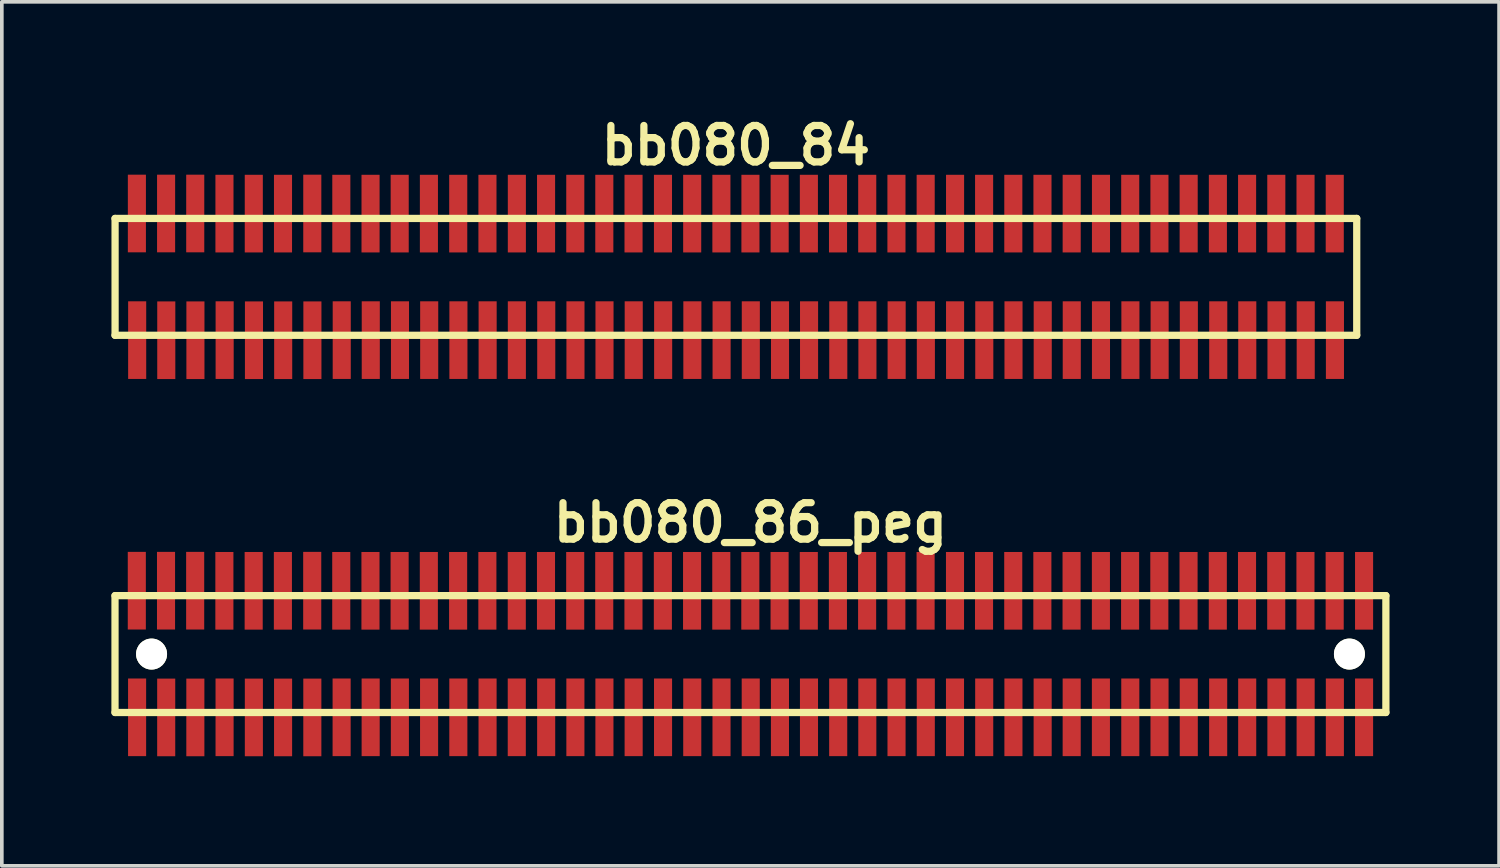
<source format=kicad_pcb>
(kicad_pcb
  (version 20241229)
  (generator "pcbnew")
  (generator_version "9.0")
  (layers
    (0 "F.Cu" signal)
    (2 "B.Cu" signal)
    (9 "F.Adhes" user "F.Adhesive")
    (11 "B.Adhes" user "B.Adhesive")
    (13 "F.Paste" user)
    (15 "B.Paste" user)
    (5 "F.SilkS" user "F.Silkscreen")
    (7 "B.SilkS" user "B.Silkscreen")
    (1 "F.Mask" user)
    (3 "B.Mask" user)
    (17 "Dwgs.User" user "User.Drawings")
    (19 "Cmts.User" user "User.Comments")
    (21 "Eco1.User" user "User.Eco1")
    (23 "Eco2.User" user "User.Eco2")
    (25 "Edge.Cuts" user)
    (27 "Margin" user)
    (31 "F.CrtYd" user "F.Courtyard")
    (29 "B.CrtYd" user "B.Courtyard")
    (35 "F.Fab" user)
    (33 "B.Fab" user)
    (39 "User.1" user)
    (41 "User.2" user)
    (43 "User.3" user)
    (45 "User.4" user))
  (footprint "bb080_84"
    (layer "F.Cu")
    (at 17.099 4.531)
    (property "Reference" "bb080_84" (at 0 -3.599 0) (layer "F.SilkS") (effects (font (size 0.998 0.998) (thickness 0.198))))
    (attr through_hole)
    (fp_line (start -17 -1.6) (end 17 -1.6) (stroke (width 0.198) (type solid)) (layer "F.SilkS"))
    (fp_line (start -16.998 -1.6) (end -16.998 1.6) (stroke (width 0.198) (type solid)) (layer "F.SilkS"))
    (fp_line (start 17 1.6) (end -17 1.6) (stroke (width 0.198) (type solid)) (layer "F.SilkS"))
    (fp_line (start 17 1.6) (end 17 -1.6) (stroke (width 0.198) (type solid)) (layer "F.SilkS"))
    (pad "1" smd rect (at -16.393 1.732) (size 0.495 2.126) (layers "F.Cu" "F.Mask" "F.Paste"))
    (pad "2" smd rect (at -16.401 -1.735) (size 0.495 2.126) (layers "F.Cu" "F.Mask" "F.Paste"))
    (pad "3" smd rect (at -15.596 1.735) (size 0.495 2.126) (layers "F.Cu" "F.Mask" "F.Paste"))
    (pad "4" smd rect (at -15.601 -1.735) (size 0.495 2.126) (layers "F.Cu" "F.Mask" "F.Paste"))
    (pad "5" smd rect (at -14.798 1.735) (size 0.495 2.126) (layers "F.Cu" "F.Mask" "F.Paste"))
    (pad "6" smd rect (at -14.803 -1.735) (size 0.495 2.126) (layers "F.Cu" "F.Mask" "F.Paste"))
    (pad "7" smd rect (at -13.998 1.732) (size 0.495 2.126) (layers "F.Cu" "F.Mask" "F.Paste"))
    (pad "8" smd rect (at -14.003 -1.732) (size 0.495 2.126) (layers "F.Cu" "F.Mask" "F.Paste"))
    (pad "9" smd rect (at -13.195 1.735) (size 0.495 2.126) (layers "F.Cu" "F.Mask" "F.Paste"))
    (pad "10" smd rect (at -13.2 -1.732) (size 0.495 2.126) (layers "F.Cu" "F.Mask" "F.Paste"))
    (pad "11" smd rect (at -12.395 1.735) (size 0.495 2.126) (layers "F.Cu" "F.Mask" "F.Paste"))
    (pad "12" smd rect (at -12.4 -1.732) (size 0.495 2.126) (layers "F.Cu" "F.Mask" "F.Paste"))
    (pad "13" smd rect (at -11.595 1.735) (size 0.495 2.126) (layers "F.Cu" "F.Mask" "F.Paste"))
    (pad "14" smd rect (at -11.598 -1.735) (size 0.495 2.126) (layers "F.Cu" "F.Mask" "F.Paste"))
    (pad "15" smd rect (at -10.792 1.732) (size 0.495 2.126) (layers "F.Cu" "F.Mask" "F.Paste"))
    (pad "16" smd rect (at -10.803 -1.732) (size 0.495 2.126) (layers "F.Cu" "F.Mask" "F.Paste"))
    (pad "17" smd rect (at -9.997 1.732) (size 0.495 2.126) (layers "F.Cu" "F.Mask" "F.Paste"))
    (pad "18" smd rect (at -10.003 -1.732) (size 0.495 2.126) (layers "F.Cu" "F.Mask" "F.Paste"))
    (pad "19" smd rect (at -9.197 1.732) (size 0.495 2.126) (layers "F.Cu" "F.Mask" "F.Paste"))
    (pad "20" smd rect (at -9.205 -1.732) (size 0.495 2.126) (layers "F.Cu" "F.Mask" "F.Paste"))
    (pad "21" smd rect (at -8.397 1.732) (size 0.495 2.126) (layers "F.Cu" "F.Mask" "F.Paste"))
    (pad "22" smd rect (at -8.405 -1.732) (size 0.495 2.126) (layers "F.Cu" "F.Mask" "F.Paste"))
    (pad "23" smd rect (at -7.597 1.732) (size 0.495 2.126) (layers "F.Cu" "F.Mask" "F.Paste"))
    (pad "24" smd rect (at -7.602 -1.732) (size 0.495 2.126) (layers "F.Cu" "F.Mask" "F.Paste"))
    (pad "25" smd rect (at -6.797 1.732) (size 0.495 2.126) (layers "F.Cu" "F.Mask" "F.Paste"))
    (pad "26" smd rect (at -6.802 -1.732) (size 0.495 2.126) (layers "F.Cu" "F.Mask" "F.Paste"))
    (pad "27" smd rect (at -5.997 1.732) (size 0.495 2.126) (layers "F.Cu" "F.Mask" "F.Paste"))
    (pad "28" smd rect (at -5.997 -1.732) (size 0.495 2.126) (layers "F.Cu" "F.Mask" "F.Paste"))
    (pad "29" smd rect (at -5.192 1.732) (size 0.495 2.126) (layers "F.Cu" "F.Mask" "F.Paste"))
    (pad "30" smd rect (at -5.197 -1.732) (size 0.495 2.126) (layers "F.Cu" "F.Mask" "F.Paste"))
    (pad "31" smd rect (at -4.392 1.732) (size 0.495 2.126) (layers "F.Cu" "F.Mask" "F.Paste"))
    (pad "32" smd rect (at -4.397 -1.732) (size 0.495 2.126) (layers "F.Cu" "F.Mask" "F.Paste"))
    (pad "33" smd rect (at -3.597 1.732) (size 0.495 2.126) (layers "F.Cu" "F.Mask" "F.Paste"))
    (pad "34" smd rect (at -3.602 -1.732) (size 0.495 2.126) (layers "F.Cu" "F.Mask" "F.Paste"))
    (pad "35" smd rect (at -2.797 1.732) (size 0.495 2.126) (layers "F.Cu" "F.Mask" "F.Paste"))
    (pad "36" smd rect (at -2.802 -1.732) (size 0.495 2.126) (layers "F.Cu" "F.Mask" "F.Paste"))
    (pad "37" smd rect (at -1.991 1.732) (size 0.495 2.126) (layers "F.Cu" "F.Mask" "F.Paste"))
    (pad "38" smd rect (at -1.996 -1.732) (size 0.495 2.126) (layers "F.Cu" "F.Mask" "F.Paste"))
    (pad "39" smd rect (at -1.191 1.732) (size 0.495 2.126) (layers "F.Cu" "F.Mask" "F.Paste"))
    (pad "40" smd rect (at -1.196 -1.732) (size 0.495 2.126) (layers "F.Cu" "F.Mask" "F.Paste"))
    (pad "41" smd rect (at -0.391 1.732) (size 0.495 2.126) (layers "F.Cu" "F.Mask" "F.Paste"))
    (pad "42" smd rect (at -0.396 -1.732) (size 0.495 2.126) (layers "F.Cu" "F.Mask" "F.Paste"))
    (pad "43" smd rect (at 0.409 1.732) (size 0.495 2.126) (layers "F.Cu" "F.Mask" "F.Paste"))
    (pad "44" smd rect (at 0.399 -1.732) (size 0.495 2.126) (layers "F.Cu" "F.Mask" "F.Paste"))
    (pad "45" smd rect (at 1.209 1.732) (size 0.495 2.126) (layers "F.Cu" "F.Mask" "F.Paste"))
    (pad "46" smd rect (at 1.199 -1.732) (size 0.495 2.126) (layers "F.Cu" "F.Mask" "F.Paste"))
    (pad "47" smd rect (at 2.004 1.732) (size 0.495 2.126) (layers "F.Cu" "F.Mask" "F.Paste"))
    (pad "48" smd rect (at 1.999 -1.732) (size 0.495 2.126) (layers "F.Cu" "F.Mask" "F.Paste"))
    (pad "49" smd rect (at 2.804 1.732) (size 0.495 2.126) (layers "F.Cu" "F.Mask" "F.Paste"))
    (pad "50" smd rect (at 2.797 -1.732) (size 0.495 2.126) (layers "F.Cu" "F.Mask" "F.Paste"))
    (pad "51" smd rect (at 3.602 1.732) (size 0.495 2.126) (layers "F.Cu" "F.Mask" "F.Paste"))
    (pad "52" smd rect (at 3.597 -1.732) (size 0.495 2.126) (layers "F.Cu" "F.Mask" "F.Paste"))
    (pad "53" smd rect (at 4.402 1.732) (size 0.495 2.126) (layers "F.Cu" "F.Mask" "F.Paste"))
    (pad "54" smd rect (at 4.397 -1.732) (size 0.495 2.126) (layers "F.Cu" "F.Mask" "F.Paste"))
    (pad "55" smd rect (at 5.202 1.732) (size 0.495 2.126) (layers "F.Cu" "F.Mask" "F.Paste"))
    (pad "56" smd rect (at 5.197 -1.732) (size 0.495 2.126) (layers "F.Cu" "F.Mask" "F.Paste"))
    (pad "57" smd rect (at 6.002 1.732) (size 0.495 2.126) (layers "F.Cu" "F.Mask" "F.Paste"))
    (pad "58" smd rect (at 6.002 -1.732) (size 0.495 2.126) (layers "F.Cu" "F.Mask" "F.Paste"))
    (pad "59" smd rect (at 6.802 1.732) (size 0.495 2.126) (layers "F.Cu" "F.Mask" "F.Paste"))
    (pad "60" smd rect (at 6.797 -1.732) (size 0.495 2.126) (layers "F.Cu" "F.Mask" "F.Paste"))
    (pad "61" smd rect (at 7.602 1.732) (size 0.495 2.126) (layers "F.Cu" "F.Mask" "F.Paste"))
    (pad "62" smd rect (at 7.597 -1.732) (size 0.495 2.126) (layers "F.Cu" "F.Mask" "F.Paste"))
    (pad "63" smd rect (at 8.402 1.732) (size 0.495 2.126) (layers "F.Cu" "F.Mask" "F.Paste"))
    (pad "64" smd rect (at 8.395 -1.732) (size 0.495 2.126) (layers "F.Cu" "F.Mask" "F.Paste"))
    (pad "65" smd rect (at 9.197 1.732) (size 0.495 2.126) (layers "F.Cu" "F.Mask" "F.Paste"))
    (pad "66" smd rect (at 9.195 -1.732) (size 0.495 2.126) (layers "F.Cu" "F.Mask" "F.Paste"))
    (pad "67" smd rect (at 9.997 1.732) (size 0.495 2.126) (layers "F.Cu" "F.Mask" "F.Paste"))
    (pad "68" smd rect (at 9.997 -1.732) (size 0.495 2.126) (layers "F.Cu" "F.Mask" "F.Paste"))
    (pad "69" smd rect (at 10.803 1.732) (size 0.495 2.126) (layers "F.Cu" "F.Mask" "F.Paste"))
    (pad "70" smd rect (at 10.798 -1.732) (size 0.495 2.126) (layers "F.Cu" "F.Mask" "F.Paste"))
    (pad "71" smd rect (at 11.603 1.732) (size 0.495 2.126) (layers "F.Cu" "F.Mask" "F.Paste"))
    (pad "72" smd rect (at 11.598 -1.732) (size 0.495 2.126) (layers "F.Cu" "F.Mask" "F.Paste"))
    (pad "73" smd rect (at 12.403 1.732) (size 0.495 2.126) (layers "F.Cu" "F.Mask" "F.Paste"))
    (pad "74" smd rect (at 12.398 -1.732) (size 0.495 2.126) (layers "F.Cu" "F.Mask" "F.Paste"))
    (pad "75" smd rect (at 13.208 1.732) (size 0.495 2.126) (layers "F.Cu" "F.Mask" "F.Paste"))
    (pad "76" smd rect (at 13.198 -1.732) (size 0.495 2.126) (layers "F.Cu" "F.Mask" "F.Paste"))
    (pad "77" smd rect (at 14.003 1.732) (size 0.495 2.126) (layers "F.Cu" "F.Mask" "F.Paste"))
    (pad "78" smd rect (at 13.998 -1.732) (size 0.495 2.126) (layers "F.Cu" "F.Mask" "F.Paste"))
    (pad "79" smd rect (at 14.803 1.732) (size 0.495 2.126) (layers "F.Cu" "F.Mask" "F.Paste"))
    (pad "80" smd rect (at 14.798 -1.732) (size 0.495 2.126) (layers "F.Cu" "F.Mask" "F.Paste"))
    (pad "81" smd rect (at 15.603 1.732) (size 0.495 2.126) (layers "F.Cu" "F.Mask" "F.Paste"))
    (pad "82" smd rect (at 15.598 -1.732) (size 0.495 2.126) (layers "F.Cu" "F.Mask" "F.Paste"))
    (pad "83" smd rect (at 16.403 1.732) (size 0.495 2.126) (layers "F.Cu" "F.Mask" "F.Paste"))
    (pad "84" smd rect (at 16.398 -1.732) (size 0.495 2.126) (layers "F.Cu" "F.Mask" "F.Paste")))
  (footprint "bb080_86_peg"
    (layer "F.Cu")
    (at 17.498 14.859)
    (property "Reference" "bb080_86_peg" (at 0 -3.599 0) (layer "F.SilkS") (effects (font (size 0.998 0.998) (thickness 0.198))))
    (attr through_hole)
    (fp_line (start -17.399 -1.6) (end -17.399 1.6) (stroke (width 0.198) (type solid)) (layer "F.SilkS"))
    (fp_line (start -17.399 -1.6) (end 17.399 -1.6) (stroke (width 0.198) (type solid)) (layer "F.SilkS"))
    (fp_line (start 17.399 1.6) (end -17.399 1.6) (stroke (width 0.198) (type solid)) (layer "F.SilkS"))
    (fp_line (start 17.399 1.6) (end 17.399 -1.6) (stroke (width 0.198) (type solid)) (layer "F.SilkS"))
    (pad "" np_thru_hole circle (at -16.398 0) (size 0.848 0.848) (drill 0.848) (layers "*.Cu" "*.Mask" "F.SilkS"))
    (pad "" np_thru_hole circle (at 16.401 0) (size 0.848 0.848) (drill 0.848) (layers "*.Cu" "*.Mask" "F.SilkS"))
    (pad "1" smd rect (at -16.794 1.732) (size 0.495 2.126) (layers "F.Cu" "F.Mask" "F.Paste"))
    (pad "2" smd rect (at -16.802 -1.735) (size 0.495 2.126) (layers "F.Cu" "F.Mask" "F.Paste"))
    (pad "3" smd rect (at -15.997 1.735) (size 0.495 2.126) (layers "F.Cu" "F.Mask" "F.Paste"))
    (pad "4" smd rect (at -16.002 -1.735) (size 0.495 2.126) (layers "F.Cu" "F.Mask" "F.Paste"))
    (pad "5" smd rect (at -15.199 1.735) (size 0.495 2.126) (layers "F.Cu" "F.Mask" "F.Paste"))
    (pad "6" smd rect (at -15.204 -1.735) (size 0.495 2.126) (layers "F.Cu" "F.Mask" "F.Paste"))
    (pad "7" smd rect (at -14.399 1.732) (size 0.495 2.126) (layers "F.Cu" "F.Mask" "F.Paste"))
    (pad "8" smd rect (at -14.404 -1.732) (size 0.495 2.126) (layers "F.Cu" "F.Mask" "F.Paste"))
    (pad "9" smd rect (at -13.597 1.735) (size 0.495 2.126) (layers "F.Cu" "F.Mask" "F.Paste"))
    (pad "10" smd rect (at -13.602 -1.732) (size 0.495 2.126) (layers "F.Cu" "F.Mask" "F.Paste"))
    (pad "11" smd rect (at -12.797 1.735) (size 0.495 2.126) (layers "F.Cu" "F.Mask" "F.Paste"))
    (pad "12" smd rect (at -12.802 -1.732) (size 0.495 2.126) (layers "F.Cu" "F.Mask" "F.Paste"))
    (pad "13" smd rect (at -11.996 1.735) (size 0.495 2.126) (layers "F.Cu" "F.Mask" "F.Paste"))
    (pad "14" smd rect (at -11.999 -1.735) (size 0.495 2.126) (layers "F.Cu" "F.Mask" "F.Paste"))
    (pad "15" smd rect (at -11.194 1.732) (size 0.495 2.126) (layers "F.Cu" "F.Mask" "F.Paste"))
    (pad "16" smd rect (at -11.204 -1.732) (size 0.495 2.126) (layers "F.Cu" "F.Mask" "F.Paste"))
    (pad "17" smd rect (at -10.399 1.732) (size 0.495 2.126) (layers "F.Cu" "F.Mask" "F.Paste"))
    (pad "18" smd rect (at -10.404 -1.732) (size 0.495 2.126) (layers "F.Cu" "F.Mask" "F.Paste"))
    (pad "19" smd rect (at -9.599 1.732) (size 0.495 2.126) (layers "F.Cu" "F.Mask" "F.Paste"))
    (pad "20" smd rect (at -9.606 -1.732) (size 0.495 2.126) (layers "F.Cu" "F.Mask" "F.Paste"))
    (pad "21" smd rect (at -8.799 1.732) (size 0.495 2.126) (layers "F.Cu" "F.Mask" "F.Paste"))
    (pad "22" smd rect (at -8.806 -1.732) (size 0.495 2.126) (layers "F.Cu" "F.Mask" "F.Paste"))
    (pad "23" smd rect (at -7.998 1.732) (size 0.495 2.126) (layers "F.Cu" "F.Mask" "F.Paste"))
    (pad "24" smd rect (at -8.004 -1.732) (size 0.495 2.126) (layers "F.Cu" "F.Mask" "F.Paste"))
    (pad "25" smd rect (at -7.198 1.732) (size 0.495 2.126) (layers "F.Cu" "F.Mask" "F.Paste"))
    (pad "26" smd rect (at -7.203 -1.732) (size 0.495 2.126) (layers "F.Cu" "F.Mask" "F.Paste"))
    (pad "27" smd rect (at -6.398 1.732) (size 0.495 2.126) (layers "F.Cu" "F.Mask" "F.Paste"))
    (pad "28" smd rect (at -6.398 -1.732) (size 0.495 2.126) (layers "F.Cu" "F.Mask" "F.Paste"))
    (pad "29" smd rect (at -5.593 1.732) (size 0.495 2.126) (layers "F.Cu" "F.Mask" "F.Paste"))
    (pad "30" smd rect (at -5.598 -1.732) (size 0.495 2.126) (layers "F.Cu" "F.Mask" "F.Paste"))
    (pad "31" smd rect (at -4.793 1.732) (size 0.495 2.126) (layers "F.Cu" "F.Mask" "F.Paste"))
    (pad "32" smd rect (at -4.798 -1.732) (size 0.495 2.126) (layers "F.Cu" "F.Mask" "F.Paste"))
    (pad "33" smd rect (at -3.998 1.732) (size 0.495 2.126) (layers "F.Cu" "F.Mask" "F.Paste"))
    (pad "34" smd rect (at -4.003 -1.732) (size 0.495 2.126) (layers "F.Cu" "F.Mask" "F.Paste"))
    (pad "35" smd rect (at -3.198 1.732) (size 0.495 2.126) (layers "F.Cu" "F.Mask" "F.Paste"))
    (pad "36" smd rect (at -3.203 -1.732) (size 0.495 2.126) (layers "F.Cu" "F.Mask" "F.Paste"))
    (pad "37" smd rect (at -2.393 1.732) (size 0.495 2.126) (layers "F.Cu" "F.Mask" "F.Paste"))
    (pad "38" smd rect (at -2.398 -1.732) (size 0.495 2.126) (layers "F.Cu" "F.Mask" "F.Paste"))
    (pad "39" smd rect (at -1.593 1.732) (size 0.495 2.126) (layers "F.Cu" "F.Mask" "F.Paste"))
    (pad "40" smd rect (at -1.598 -1.732) (size 0.495 2.126) (layers "F.Cu" "F.Mask" "F.Paste"))
    (pad "41" smd rect (at -0.792 1.732) (size 0.495 2.126) (layers "F.Cu" "F.Mask" "F.Paste"))
    (pad "42" smd rect (at -0.798 -1.732) (size 0.495 2.126) (layers "F.Cu" "F.Mask" "F.Paste"))
    (pad "43" smd rect (at 0.008 1.732) (size 0.495 2.126) (layers "F.Cu" "F.Mask" "F.Paste"))
    (pad "44" smd rect (at -0.003 -1.732) (size 0.495 2.126) (layers "F.Cu" "F.Mask" "F.Paste"))
    (pad "45" smd rect (at 0.808 1.732) (size 0.495 2.126) (layers "F.Cu" "F.Mask" "F.Paste"))
    (pad "46" smd rect (at 0.798 -1.732) (size 0.495 2.126) (layers "F.Cu" "F.Mask" "F.Paste"))
    (pad "47" smd rect (at 1.603 1.732) (size 0.495 2.126) (layers "F.Cu" "F.Mask" "F.Paste"))
    (pad "48" smd rect (at 1.598 -1.732) (size 0.495 2.126) (layers "F.Cu" "F.Mask" "F.Paste"))
    (pad "49" smd rect (at 2.403 1.732) (size 0.495 2.126) (layers "F.Cu" "F.Mask" "F.Paste"))
    (pad "50" smd rect (at 2.395 -1.732) (size 0.495 2.126) (layers "F.Cu" "F.Mask" "F.Paste"))
    (pad "51" smd rect (at 3.2 1.732) (size 0.495 2.126) (layers "F.Cu" "F.Mask" "F.Paste"))
    (pad "52" smd rect (at 3.195 -1.732) (size 0.495 2.126) (layers "F.Cu" "F.Mask" "F.Paste"))
    (pad "53" smd rect (at 4 1.732) (size 0.495 2.126) (layers "F.Cu" "F.Mask" "F.Paste"))
    (pad "54" smd rect (at 3.995 -1.732) (size 0.495 2.126) (layers "F.Cu" "F.Mask" "F.Paste"))
    (pad "55" smd rect (at 4.801 1.732) (size 0.495 2.126) (layers "F.Cu" "F.Mask" "F.Paste"))
    (pad "56" smd rect (at 4.796 -1.732) (size 0.495 2.126) (layers "F.Cu" "F.Mask" "F.Paste"))
    (pad "57" smd rect (at 5.601 1.732) (size 0.495 2.126) (layers "F.Cu" "F.Mask" "F.Paste"))
    (pad "58" smd rect (at 5.601 -1.732) (size 0.495 2.126) (layers "F.Cu" "F.Mask" "F.Paste"))
    (pad "59" smd rect (at 6.401 1.732) (size 0.495 2.126) (layers "F.Cu" "F.Mask" "F.Paste"))
    (pad "60" smd rect (at 6.396 -1.732) (size 0.495 2.126) (layers "F.Cu" "F.Mask" "F.Paste"))
    (pad "61" smd rect (at 7.201 1.732) (size 0.495 2.126) (layers "F.Cu" "F.Mask" "F.Paste"))
    (pad "62" smd rect (at 7.196 -1.732) (size 0.495 2.126) (layers "F.Cu" "F.Mask" "F.Paste"))
    (pad "63" smd rect (at 8.001 1.732) (size 0.495 2.126) (layers "F.Cu" "F.Mask" "F.Paste"))
    (pad "64" smd rect (at 7.993 -1.732) (size 0.495 2.126) (layers "F.Cu" "F.Mask" "F.Paste"))
    (pad "65" smd rect (at 8.796 1.732) (size 0.495 2.126) (layers "F.Cu" "F.Mask" "F.Paste"))
    (pad "66" smd rect (at 8.793 -1.732) (size 0.495 2.126) (layers "F.Cu" "F.Mask" "F.Paste"))
    (pad "67" smd rect (at 9.596 1.732) (size 0.495 2.126) (layers "F.Cu" "F.Mask" "F.Paste"))
    (pad "68" smd rect (at 9.596 -1.732) (size 0.495 2.126) (layers "F.Cu" "F.Mask" "F.Paste"))
    (pad "69" smd rect (at 10.401 1.732) (size 0.495 2.126) (layers "F.Cu" "F.Mask" "F.Paste"))
    (pad "70" smd rect (at 10.396 -1.732) (size 0.495 2.126) (layers "F.Cu" "F.Mask" "F.Paste"))
    (pad "71" smd rect (at 11.201 1.732) (size 0.495 2.126) (layers "F.Cu" "F.Mask" "F.Paste"))
    (pad "72" smd rect (at 11.196 -1.732) (size 0.495 2.126) (layers "F.Cu" "F.Mask" "F.Paste"))
    (pad "73" smd rect (at 12.002 1.732) (size 0.495 2.126) (layers "F.Cu" "F.Mask" "F.Paste"))
    (pad "74" smd rect (at 11.996 -1.732) (size 0.495 2.126) (layers "F.Cu" "F.Mask" "F.Paste"))
    (pad "75" smd rect (at 12.807 1.732) (size 0.495 2.126) (layers "F.Cu" "F.Mask" "F.Paste"))
    (pad "76" smd rect (at 12.797 -1.732) (size 0.495 2.126) (layers "F.Cu" "F.Mask" "F.Paste"))
    (pad "77" smd rect (at 13.602 1.732) (size 0.495 2.126) (layers "F.Cu" "F.Mask" "F.Paste"))
    (pad "78" smd rect (at 13.597 -1.732) (size 0.495 2.126) (layers "F.Cu" "F.Mask" "F.Paste"))
    (pad "79" smd rect (at 14.402 1.732) (size 0.495 2.126) (layers "F.Cu" "F.Mask" "F.Paste"))
    (pad "80" smd rect (at 14.397 -1.732) (size 0.495 2.126) (layers "F.Cu" "F.Mask" "F.Paste"))
    (pad "81" smd rect (at 15.202 1.732) (size 0.495 2.126) (layers "F.Cu" "F.Mask" "F.Paste"))
    (pad "82" smd rect (at 15.197 -1.732) (size 0.495 2.126) (layers "F.Cu" "F.Mask" "F.Paste"))
    (pad "83" smd rect (at 16.002 1.732) (size 0.495 2.126) (layers "F.Cu" "F.Mask" "F.Paste"))
    (pad "84" smd rect (at 15.997 -1.732) (size 0.495 2.126) (layers "F.Cu" "F.Mask" "F.Paste"))
    (pad "85" smd rect (at 16.802 1.732) (size 0.495 2.126) (layers "F.Cu" "F.Mask" "F.Paste"))
    (pad "86" smd rect (at 16.802 -1.732) (size 0.495 2.126) (layers "F.Cu" "F.Mask" "F.Paste")))
  (gr_rect
    (start -3 -3)
    (end 37.996 20.657)
    (stroke (width 0.1) (type default))
    (fill no)
    (layer "Edge.Cuts")))
</source>
